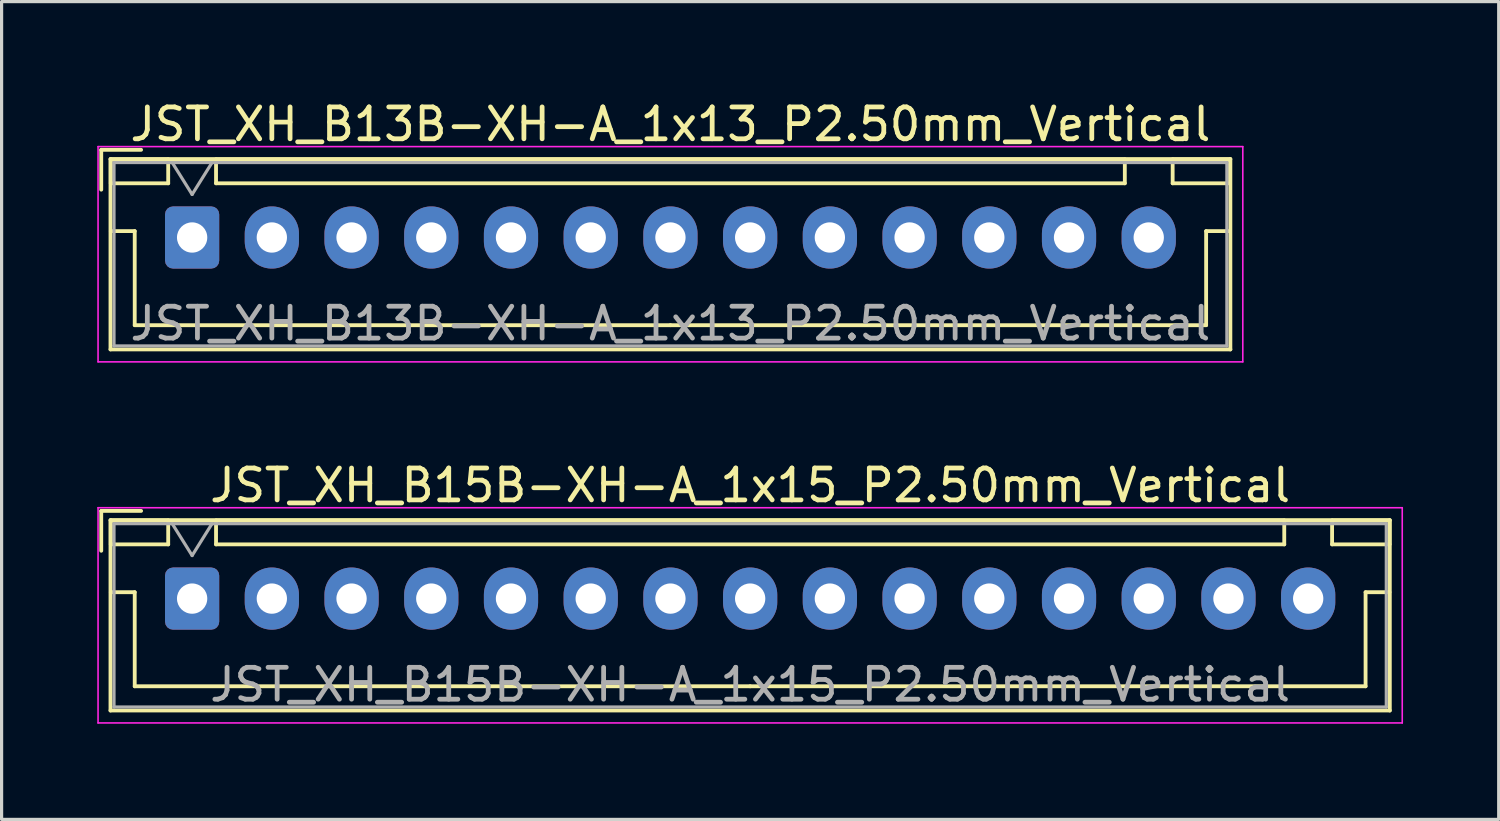
<source format=kicad_pcb>
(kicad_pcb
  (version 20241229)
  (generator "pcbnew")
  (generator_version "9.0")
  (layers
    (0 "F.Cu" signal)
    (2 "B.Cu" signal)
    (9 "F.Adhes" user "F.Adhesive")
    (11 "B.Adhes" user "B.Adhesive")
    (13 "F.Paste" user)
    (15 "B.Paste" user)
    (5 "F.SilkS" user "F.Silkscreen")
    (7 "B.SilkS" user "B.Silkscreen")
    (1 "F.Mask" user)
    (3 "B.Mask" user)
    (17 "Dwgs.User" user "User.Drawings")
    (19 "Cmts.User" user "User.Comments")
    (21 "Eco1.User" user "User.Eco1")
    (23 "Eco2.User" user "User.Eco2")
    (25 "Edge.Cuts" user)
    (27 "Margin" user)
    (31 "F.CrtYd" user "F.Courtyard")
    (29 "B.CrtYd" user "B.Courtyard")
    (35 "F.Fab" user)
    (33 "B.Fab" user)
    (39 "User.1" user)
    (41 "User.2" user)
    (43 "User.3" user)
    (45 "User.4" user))
  (footprint "JST_XH_B13B-XH-A_1x13_P2.50mm_Vertical"
    (layer "F.Cu")
    (at 2.975 4.398)
    (property "Reference" "JST_XH_B13B-XH-A_1x13_P2.50mm_Vertical" (at 15 -3.55 0) (layer "F.SilkS") (effects (font (size 1 1) (thickness 0.15))))
    (attr through_hole)
    (fp_line (start -2.85 -2.75) (end -2.85 -1.5) (stroke (width 0.12) (type solid)) (layer "F.SilkS"))
    (fp_line (start -2.56 -2.46) (end -2.56 3.51) (stroke (width 0.12) (type solid)) (layer "F.SilkS"))
    (fp_line (start -2.56 3.51) (end 32.56 3.51) (stroke (width 0.12) (type solid)) (layer "F.SilkS"))
    (fp_line (start -2.55 -2.45) (end -2.55 -1.7) (stroke (width 0.12) (type solid)) (layer "F.SilkS"))
    (fp_line (start -2.55 -1.7) (end -0.75 -1.7) (stroke (width 0.12) (type solid)) (layer "F.SilkS"))
    (fp_line (start -2.55 -0.2) (end -1.8 -0.2) (stroke (width 0.12) (type solid)) (layer "F.SilkS"))
    (fp_line (start -1.8 -0.2) (end -1.8 2.75) (stroke (width 0.12) (type solid)) (layer "F.SilkS"))
    (fp_line (start -1.8 2.75) (end 15 2.75) (stroke (width 0.12) (type solid)) (layer "F.SilkS"))
    (fp_line (start -1.6 -2.75) (end -2.85 -2.75) (stroke (width 0.12) (type solid)) (layer "F.SilkS"))
    (fp_line (start -0.75 -2.45) (end -2.55 -2.45) (stroke (width 0.12) (type solid)) (layer "F.SilkS"))
    (fp_line (start -0.75 -1.7) (end -0.75 -2.45) (stroke (width 0.12) (type solid)) (layer "F.SilkS"))
    (fp_line (start 0.75 -2.45) (end 0.75 -1.7) (stroke (width 0.12) (type solid)) (layer "F.SilkS"))
    (fp_line (start 0.75 -1.7) (end 29.25 -1.7) (stroke (width 0.12) (type solid)) (layer "F.SilkS"))
    (fp_line (start 29.25 -2.45) (end 0.75 -2.45) (stroke (width 0.12) (type solid)) (layer "F.SilkS"))
    (fp_line (start 29.25 -1.7) (end 29.25 -2.45) (stroke (width 0.12) (type solid)) (layer "F.SilkS"))
    (fp_line (start 30.75 -2.45) (end 30.75 -1.7) (stroke (width 0.12) (type solid)) (layer "F.SilkS"))
    (fp_line (start 30.75 -1.7) (end 32.55 -1.7) (stroke (width 0.12) (type solid)) (layer "F.SilkS"))
    (fp_line (start 31.8 -0.2) (end 31.8 2.75) (stroke (width 0.12) (type solid)) (layer "F.SilkS"))
    (fp_line (start 31.8 2.75) (end 15 2.75) (stroke (width 0.12) (type solid)) (layer "F.SilkS"))
    (fp_line (start 32.55 -2.45) (end 30.75 -2.45) (stroke (width 0.12) (type solid)) (layer "F.SilkS"))
    (fp_line (start 32.55 -1.7) (end 32.55 -2.45) (stroke (width 0.12) (type solid)) (layer "F.SilkS"))
    (fp_line (start 32.55 -0.2) (end 31.8 -0.2) (stroke (width 0.12) (type solid)) (layer "F.SilkS"))
    (fp_line (start 32.56 -2.46) (end -2.56 -2.46) (stroke (width 0.12) (type solid)) (layer "F.SilkS"))
    (fp_line (start 32.56 3.51) (end 32.56 -2.46) (stroke (width 0.12) (type solid)) (layer "F.SilkS"))
    (fp_line (start -2.95 -2.85) (end -2.95 3.9) (stroke (width 0.05) (type solid)) (layer "F.CrtYd"))
    (fp_line (start -2.95 3.9) (end 32.95 3.9) (stroke (width 0.05) (type solid)) (layer "F.CrtYd"))
    (fp_line (start 32.95 -2.85) (end -2.95 -2.85) (stroke (width 0.05) (type solid)) (layer "F.CrtYd"))
    (fp_line (start 32.95 3.9) (end 32.95 -2.85) (stroke (width 0.05) (type solid)) (layer "F.CrtYd"))
    (fp_line (start -2.45 -2.35) (end -2.45 3.4) (stroke (width 0.1) (type solid)) (layer "F.Fab"))
    (fp_line (start -2.45 3.4) (end 32.45 3.4) (stroke (width 0.1) (type solid)) (layer "F.Fab"))
    (fp_line (start -0.625 -2.35) (end 0 -1.35) (stroke (width 0.1) (type solid)) (layer "F.Fab"))
    (fp_line (start 0 -1.35) (end 0.625 -2.35) (stroke (width 0.1) (type solid)) (layer "F.Fab"))
    (fp_line (start 32.45 -2.35) (end -2.45 -2.35) (stroke (width 0.1) (type solid)) (layer "F.Fab"))
    (fp_line (start 32.45 3.4) (end 32.45 -2.35) (stroke (width 0.1) (type solid)) (layer "F.Fab"))
    (fp_text user "${REFERENCE}" (at 15 2.7 0) (layer "F.Fab") (effects (font (size 1 1) (thickness 0.15))))
    (pad "1" thru_hole roundrect (at 0 0) (size 1.7 1.95) (drill 0.95) (layers "*.Cu" "*.Mask") (roundrect_rratio 0.147))
    (pad "2" thru_hole oval (at 2.5 0) (size 1.7 1.95) (drill 0.95) (layers "*.Cu" "*.Mask"))
    (pad "3" thru_hole oval (at 5 0) (size 1.7 1.95) (drill 0.95) (layers "*.Cu" "*.Mask"))
    (pad "4" thru_hole oval (at 7.5 0) (size 1.7 1.95) (drill 0.95) (layers "*.Cu" "*.Mask"))
    (pad "5" thru_hole oval (at 10 0) (size 1.7 1.95) (drill 0.95) (layers "*.Cu" "*.Mask"))
    (pad "6" thru_hole oval (at 12.5 0) (size 1.7 1.95) (drill 0.95) (layers "*.Cu" "*.Mask"))
    (pad "7" thru_hole oval (at 15 0) (size 1.7 1.95) (drill 0.95) (layers "*.Cu" "*.Mask"))
    (pad "8" thru_hole oval (at 17.5 0) (size 1.7 1.95) (drill 0.95) (layers "*.Cu" "*.Mask"))
    (pad "9" thru_hole oval (at 20 0) (size 1.7 1.95) (drill 0.95) (layers "*.Cu" "*.Mask"))
    (pad "10" thru_hole oval (at 22.5 0) (size 1.7 1.95) (drill 0.95) (layers "*.Cu" "*.Mask"))
    (pad "11" thru_hole oval (at 25 0) (size 1.7 1.95) (drill 0.95) (layers "*.Cu" "*.Mask"))
    (pad "12" thru_hole oval (at 27.5 0) (size 1.7 1.95) (drill 0.95) (layers "*.Cu" "*.Mask"))
    (pad "13" thru_hole oval (at 30 0) (size 1.7 1.95) (drill 0.95) (layers "*.Cu" "*.Mask")))
  (footprint "JST_XH_B15B-XH-A_1x15_P2.50mm_Vertical"
    (layer "F.Cu")
    (at 2.975 15.722)
    (property "Reference" "JST_XH_B15B-XH-A_1x15_P2.50mm_Vertical" (at 17.5 -3.55 0) (layer "F.SilkS") (effects (font (size 1 1) (thickness 0.15))))
    (attr through_hole)
    (fp_line (start -2.85 -2.75) (end -2.85 -1.5) (stroke (width 0.12) (type solid)) (layer "F.SilkS"))
    (fp_line (start -2.56 -2.46) (end -2.56 3.51) (stroke (width 0.12) (type solid)) (layer "F.SilkS"))
    (fp_line (start -2.56 3.51) (end 37.56 3.51) (stroke (width 0.12) (type solid)) (layer "F.SilkS"))
    (fp_line (start -2.55 -2.45) (end -2.55 -1.7) (stroke (width 0.12) (type solid)) (layer "F.SilkS"))
    (fp_line (start -2.55 -1.7) (end -0.75 -1.7) (stroke (width 0.12) (type solid)) (layer "F.SilkS"))
    (fp_line (start -2.55 -0.2) (end -1.8 -0.2) (stroke (width 0.12) (type solid)) (layer "F.SilkS"))
    (fp_line (start -1.8 -0.2) (end -1.8 2.75) (stroke (width 0.12) (type solid)) (layer "F.SilkS"))
    (fp_line (start -1.8 2.75) (end 17.5 2.75) (stroke (width 0.12) (type solid)) (layer "F.SilkS"))
    (fp_line (start -1.6 -2.75) (end -2.85 -2.75) (stroke (width 0.12) (type solid)) (layer "F.SilkS"))
    (fp_line (start -0.75 -2.45) (end -2.55 -2.45) (stroke (width 0.12) (type solid)) (layer "F.SilkS"))
    (fp_line (start -0.75 -1.7) (end -0.75 -2.45) (stroke (width 0.12) (type solid)) (layer "F.SilkS"))
    (fp_line (start 0.75 -2.45) (end 0.75 -1.7) (stroke (width 0.12) (type solid)) (layer "F.SilkS"))
    (fp_line (start 0.75 -1.7) (end 34.25 -1.7) (stroke (width 0.12) (type solid)) (layer "F.SilkS"))
    (fp_line (start 34.25 -2.45) (end 0.75 -2.45) (stroke (width 0.12) (type solid)) (layer "F.SilkS"))
    (fp_line (start 34.25 -1.7) (end 34.25 -2.45) (stroke (width 0.12) (type solid)) (layer "F.SilkS"))
    (fp_line (start 35.75 -2.45) (end 35.75 -1.7) (stroke (width 0.12) (type solid)) (layer "F.SilkS"))
    (fp_line (start 35.75 -1.7) (end 37.55 -1.7) (stroke (width 0.12) (type solid)) (layer "F.SilkS"))
    (fp_line (start 36.8 -0.2) (end 36.8 2.75) (stroke (width 0.12) (type solid)) (layer "F.SilkS"))
    (fp_line (start 36.8 2.75) (end 17.5 2.75) (stroke (width 0.12) (type solid)) (layer "F.SilkS"))
    (fp_line (start 37.55 -2.45) (end 35.75 -2.45) (stroke (width 0.12) (type solid)) (layer "F.SilkS"))
    (fp_line (start 37.55 -1.7) (end 37.55 -2.45) (stroke (width 0.12) (type solid)) (layer "F.SilkS"))
    (fp_line (start 37.55 -0.2) (end 36.8 -0.2) (stroke (width 0.12) (type solid)) (layer "F.SilkS"))
    (fp_line (start 37.56 -2.46) (end -2.56 -2.46) (stroke (width 0.12) (type solid)) (layer "F.SilkS"))
    (fp_line (start 37.56 3.51) (end 37.56 -2.46) (stroke (width 0.12) (type solid)) (layer "F.SilkS"))
    (fp_line (start -2.95 -2.85) (end -2.95 3.9) (stroke (width 0.05) (type solid)) (layer "F.CrtYd"))
    (fp_line (start -2.95 3.9) (end 37.95 3.9) (stroke (width 0.05) (type solid)) (layer "F.CrtYd"))
    (fp_line (start 37.95 -2.85) (end -2.95 -2.85) (stroke (width 0.05) (type solid)) (layer "F.CrtYd"))
    (fp_line (start 37.95 3.9) (end 37.95 -2.85) (stroke (width 0.05) (type solid)) (layer "F.CrtYd"))
    (fp_line (start -2.45 -2.35) (end -2.45 3.4) (stroke (width 0.1) (type solid)) (layer "F.Fab"))
    (fp_line (start -2.45 3.4) (end 37.45 3.4) (stroke (width 0.1) (type solid)) (layer "F.Fab"))
    (fp_line (start -0.625 -2.35) (end 0 -1.35) (stroke (width 0.1) (type solid)) (layer "F.Fab"))
    (fp_line (start 0 -1.35) (end 0.625 -2.35) (stroke (width 0.1) (type solid)) (layer "F.Fab"))
    (fp_line (start 37.45 -2.35) (end -2.45 -2.35) (stroke (width 0.1) (type solid)) (layer "F.Fab"))
    (fp_line (start 37.45 3.4) (end 37.45 -2.35) (stroke (width 0.1) (type solid)) (layer "F.Fab"))
    (fp_text user "${REFERENCE}" (at 17.5 2.7 0) (layer "F.Fab") (effects (font (size 1 1) (thickness 0.15))))
    (pad "1" thru_hole roundrect (at 0 0) (size 1.7 1.95) (drill 0.95) (layers "*.Cu" "*.Mask") (roundrect_rratio 0.147))
    (pad "2" thru_hole oval (at 2.5 0) (size 1.7 1.95) (drill 0.95) (layers "*.Cu" "*.Mask"))
    (pad "3" thru_hole oval (at 5 0) (size 1.7 1.95) (drill 0.95) (layers "*.Cu" "*.Mask"))
    (pad "4" thru_hole oval (at 7.5 0) (size 1.7 1.95) (drill 0.95) (layers "*.Cu" "*.Mask"))
    (pad "5" thru_hole oval (at 10 0) (size 1.7 1.95) (drill 0.95) (layers "*.Cu" "*.Mask"))
    (pad "6" thru_hole oval (at 12.5 0) (size 1.7 1.95) (drill 0.95) (layers "*.Cu" "*.Mask"))
    (pad "7" thru_hole oval (at 15 0) (size 1.7 1.95) (drill 0.95) (layers "*.Cu" "*.Mask"))
    (pad "8" thru_hole oval (at 17.5 0) (size 1.7 1.95) (drill 0.95) (layers "*.Cu" "*.Mask"))
    (pad "9" thru_hole oval (at 20 0) (size 1.7 1.95) (drill 0.95) (layers "*.Cu" "*.Mask"))
    (pad "10" thru_hole oval (at 22.5 0) (size 1.7 1.95) (drill 0.95) (layers "*.Cu" "*.Mask"))
    (pad "11" thru_hole oval (at 25 0) (size 1.7 1.95) (drill 0.95) (layers "*.Cu" "*.Mask"))
    (pad "12" thru_hole oval (at 27.5 0) (size 1.7 1.95) (drill 0.95) (layers "*.Cu" "*.Mask"))
    (pad "13" thru_hole oval (at 30 0) (size 1.7 1.95) (drill 0.95) (layers "*.Cu" "*.Mask"))
    (pad "14" thru_hole oval (at 32.5 0) (size 1.7 1.95) (drill 0.95) (layers "*.Cu" "*.Mask"))
    (pad "15" thru_hole oval (at 35 0) (size 1.7 1.95) (drill 0.95) (layers "*.Cu" "*.Mask")))
  (gr_rect
    (start -3 -3)
    (end 43.95 22.646)
    (stroke (width 0.1) (type default))
    (fill no)
    (layer "Edge.Cuts")))
</source>
